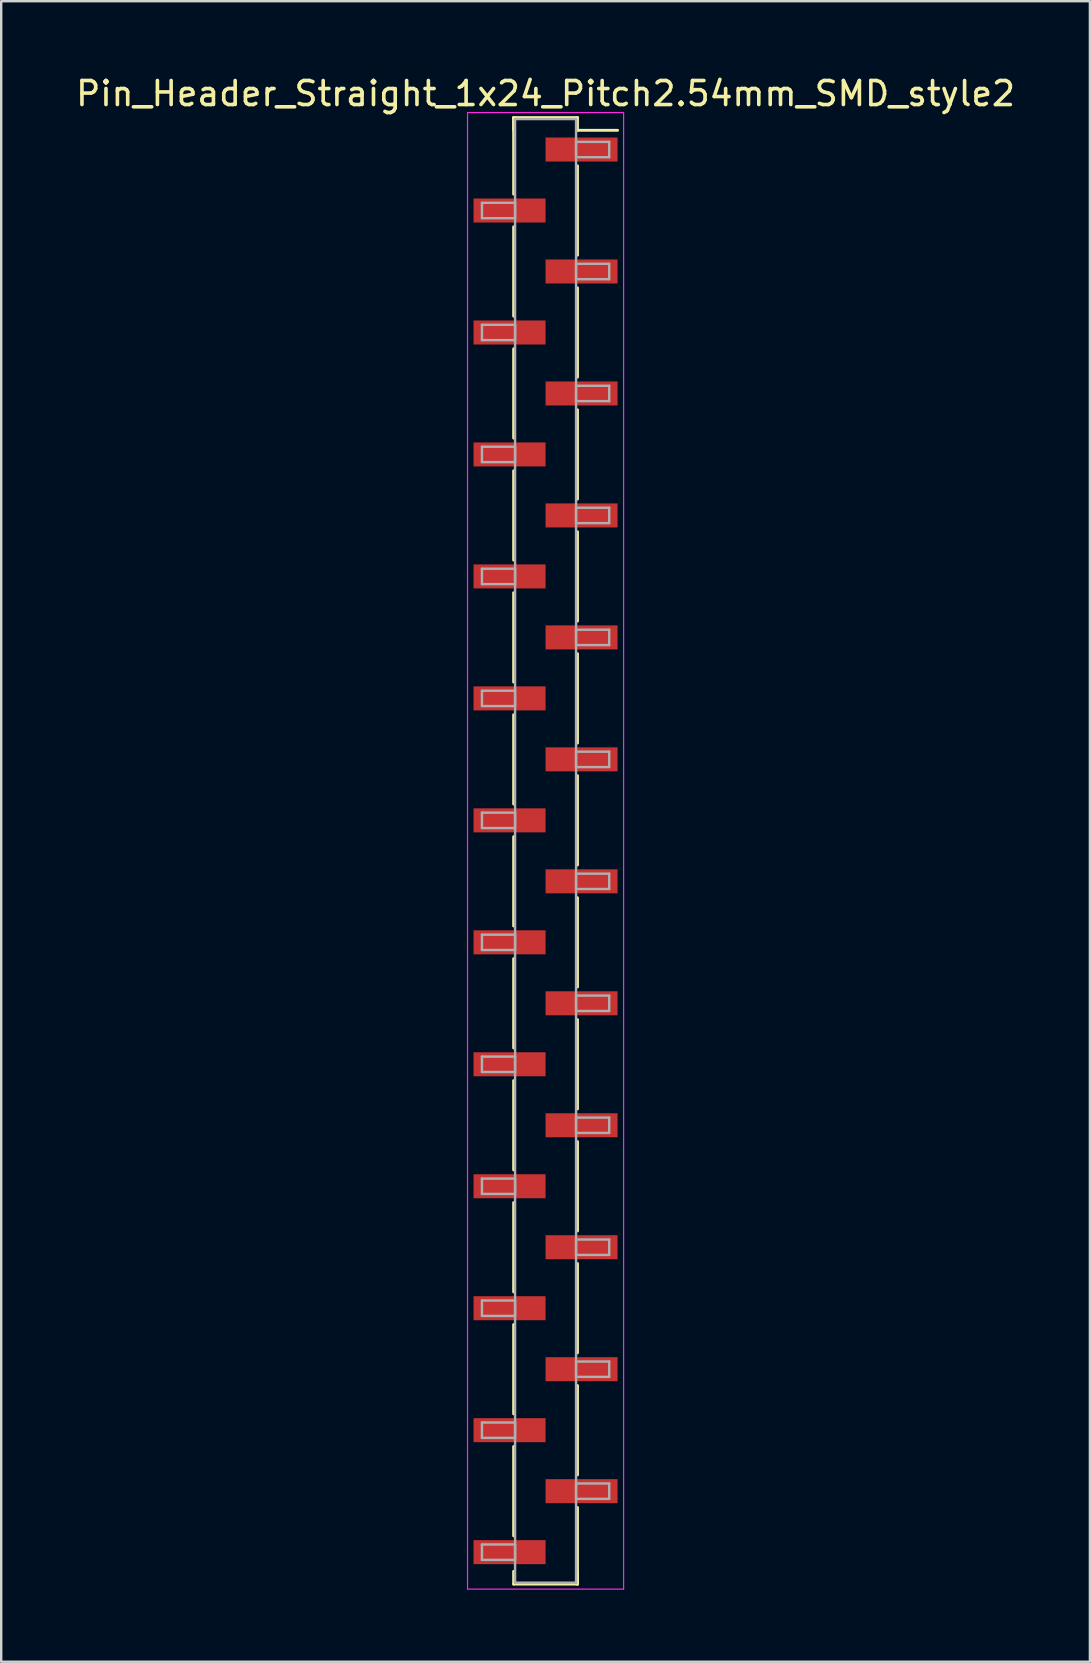
<source format=kicad_pcb>
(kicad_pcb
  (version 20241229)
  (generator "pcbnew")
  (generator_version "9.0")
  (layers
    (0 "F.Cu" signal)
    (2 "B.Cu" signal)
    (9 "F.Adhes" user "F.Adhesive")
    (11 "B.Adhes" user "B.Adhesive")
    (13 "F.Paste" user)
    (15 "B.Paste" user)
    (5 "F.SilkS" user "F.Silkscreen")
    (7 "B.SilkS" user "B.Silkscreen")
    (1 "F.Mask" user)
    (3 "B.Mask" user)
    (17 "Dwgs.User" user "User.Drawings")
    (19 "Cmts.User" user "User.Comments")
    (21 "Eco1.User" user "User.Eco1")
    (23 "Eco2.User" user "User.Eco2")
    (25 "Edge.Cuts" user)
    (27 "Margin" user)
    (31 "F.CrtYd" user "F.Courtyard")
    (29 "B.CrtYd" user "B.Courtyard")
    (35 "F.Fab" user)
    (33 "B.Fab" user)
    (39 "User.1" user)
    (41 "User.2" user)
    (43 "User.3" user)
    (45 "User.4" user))
  (footprint "Pin_Header_Straight_1x24_Pitch2.54mm_SMD_style2"
    (layer "F.Cu")
    (at 19.673 32.388)
    (property "Reference" "Pin_Header_Straight_1x24_Pitch2.54mm_SMD_style2" (at 0 -31.54 0) (layer "F.SilkS") (effects (font (size 1 1) (thickness 0.15))))
    (attr smd)
    (fp_line (start -1.33 -30.54) (end -1.33 -27.35) (stroke (width 0.12) (type solid)) (layer "F.SilkS"))
    (fp_line (start -1.33 -30.54) (end 1.33 -30.54) (stroke (width 0.12) (type solid)) (layer "F.SilkS"))
    (fp_line (start -1.33 -30.01) (end -1.33 -30.54) (stroke (width 0.12) (type solid)) (layer "F.SilkS"))
    (fp_line (start -1.33 -25.99) (end -1.33 -22.27) (stroke (width 0.12) (type solid)) (layer "F.SilkS"))
    (fp_line (start -1.33 -20.91) (end -1.33 -17.19) (stroke (width 0.12) (type solid)) (layer "F.SilkS"))
    (fp_line (start -1.33 -15.83) (end -1.33 -12.11) (stroke (width 0.12) (type solid)) (layer "F.SilkS"))
    (fp_line (start -1.33 -10.75) (end -1.33 -7.03) (stroke (width 0.12) (type solid)) (layer "F.SilkS"))
    (fp_line (start -1.33 -5.67) (end -1.33 -1.95) (stroke (width 0.12) (type solid)) (layer "F.SilkS"))
    (fp_line (start -1.33 -0.59) (end -1.33 3.13) (stroke (width 0.12) (type solid)) (layer "F.SilkS"))
    (fp_line (start -1.33 4.49) (end -1.33 8.21) (stroke (width 0.12) (type solid)) (layer "F.SilkS"))
    (fp_line (start -1.33 9.57) (end -1.33 13.29) (stroke (width 0.12) (type solid)) (layer "F.SilkS"))
    (fp_line (start -1.33 14.65) (end -1.33 18.37) (stroke (width 0.12) (type solid)) (layer "F.SilkS"))
    (fp_line (start -1.33 19.73) (end -1.33 23.45) (stroke (width 0.12) (type solid)) (layer "F.SilkS"))
    (fp_line (start -1.33 24.81) (end -1.33 28.53) (stroke (width 0.12) (type solid)) (layer "F.SilkS"))
    (fp_line (start -1.33 30.01) (end -1.33 30.54) (stroke (width 0.12) (type solid)) (layer "F.SilkS"))
    (fp_line (start -1.33 30.54) (end 1.33 30.54) (stroke (width 0.12) (type solid)) (layer "F.SilkS"))
    (fp_line (start 1.33 -30.54) (end 1.33 -30.01) (stroke (width 0.12) (type solid)) (layer "F.SilkS"))
    (fp_line (start 1.33 -30.01) (end 3 -30.01) (stroke (width 0.12) (type solid)) (layer "F.SilkS"))
    (fp_line (start 1.33 -28.53) (end 1.33 -24.81) (stroke (width 0.12) (type solid)) (layer "F.SilkS"))
    (fp_line (start 1.33 -23.45) (end 1.33 -19.73) (stroke (width 0.12) (type solid)) (layer "F.SilkS"))
    (fp_line (start 1.33 -18.37) (end 1.33 -14.65) (stroke (width 0.12) (type solid)) (layer "F.SilkS"))
    (fp_line (start 1.33 -13.29) (end 1.33 -9.57) (stroke (width 0.12) (type solid)) (layer "F.SilkS"))
    (fp_line (start 1.33 -8.21) (end 1.33 -4.49) (stroke (width 0.12) (type solid)) (layer "F.SilkS"))
    (fp_line (start 1.33 -3.13) (end 1.33 0.59) (stroke (width 0.12) (type solid)) (layer "F.SilkS"))
    (fp_line (start 1.33 1.95) (end 1.33 5.67) (stroke (width 0.12) (type solid)) (layer "F.SilkS"))
    (fp_line (start 1.33 7.03) (end 1.33 10.75) (stroke (width 0.12) (type solid)) (layer "F.SilkS"))
    (fp_line (start 1.33 12.11) (end 1.33 15.83) (stroke (width 0.12) (type solid)) (layer "F.SilkS"))
    (fp_line (start 1.33 17.19) (end 1.33 20.91) (stroke (width 0.12) (type solid)) (layer "F.SilkS"))
    (fp_line (start 1.33 22.27) (end 1.33 25.99) (stroke (width 0.12) (type solid)) (layer "F.SilkS"))
    (fp_line (start 1.33 27.35) (end 1.33 30.54) (stroke (width 0.12) (type solid)) (layer "F.SilkS"))
    (fp_line (start 1.33 30.54) (end 1.33 30.01) (stroke (width 0.12) (type solid)) (layer "F.SilkS"))
    (fp_line (start -3.25 -30.75) (end -3.25 30.75) (stroke (width 0.05) (type solid)) (layer "F.CrtYd"))
    (fp_line (start -3.25 30.75) (end 3.25 30.75) (stroke (width 0.05) (type solid)) (layer "F.CrtYd"))
    (fp_line (start 3.25 -30.75) (end -3.25 -30.75) (stroke (width 0.05) (type solid)) (layer "F.CrtYd"))
    (fp_line (start 3.25 30.75) (end 3.25 -30.75) (stroke (width 0.05) (type solid)) (layer "F.CrtYd"))
    (fp_line (start -2.65 -26.99) (end -1.27 -26.99) (stroke (width 0.1) (type solid)) (layer "F.Fab"))
    (fp_line (start -2.65 -26.35) (end -2.65 -26.99) (stroke (width 0.1) (type solid)) (layer "F.Fab"))
    (fp_line (start -2.65 -21.91) (end -1.27 -21.91) (stroke (width 0.1) (type solid)) (layer "F.Fab"))
    (fp_line (start -2.65 -21.27) (end -2.65 -21.91) (stroke (width 0.1) (type solid)) (layer "F.Fab"))
    (fp_line (start -2.65 -16.83) (end -1.27 -16.83) (stroke (width 0.1) (type solid)) (layer "F.Fab"))
    (fp_line (start -2.65 -16.19) (end -2.65 -16.83) (stroke (width 0.1) (type solid)) (layer "F.Fab"))
    (fp_line (start -2.65 -11.75) (end -1.27 -11.75) (stroke (width 0.1) (type solid)) (layer "F.Fab"))
    (fp_line (start -2.65 -11.11) (end -2.65 -11.75) (stroke (width 0.1) (type solid)) (layer "F.Fab"))
    (fp_line (start -2.65 -6.67) (end -1.27 -6.67) (stroke (width 0.1) (type solid)) (layer "F.Fab"))
    (fp_line (start -2.65 -6.03) (end -2.65 -6.67) (stroke (width 0.1) (type solid)) (layer "F.Fab"))
    (fp_line (start -2.65 -1.59) (end -1.27 -1.59) (stroke (width 0.1) (type solid)) (layer "F.Fab"))
    (fp_line (start -2.65 -0.95) (end -2.65 -1.59) (stroke (width 0.1) (type solid)) (layer "F.Fab"))
    (fp_line (start -2.65 3.49) (end -1.27 3.49) (stroke (width 0.1) (type solid)) (layer "F.Fab"))
    (fp_line (start -2.65 4.13) (end -2.65 3.49) (stroke (width 0.1) (type solid)) (layer "F.Fab"))
    (fp_line (start -2.65 8.57) (end -1.27 8.57) (stroke (width 0.1) (type solid)) (layer "F.Fab"))
    (fp_line (start -2.65 9.21) (end -2.65 8.57) (stroke (width 0.1) (type solid)) (layer "F.Fab"))
    (fp_line (start -2.65 13.65) (end -1.27 13.65) (stroke (width 0.1) (type solid)) (layer "F.Fab"))
    (fp_line (start -2.65 14.29) (end -2.65 13.65) (stroke (width 0.1) (type solid)) (layer "F.Fab"))
    (fp_line (start -2.65 18.73) (end -1.27 18.73) (stroke (width 0.1) (type solid)) (layer "F.Fab"))
    (fp_line (start -2.65 19.37) (end -2.65 18.73) (stroke (width 0.1) (type solid)) (layer "F.Fab"))
    (fp_line (start -2.65 23.81) (end -1.27 23.81) (stroke (width 0.1) (type solid)) (layer "F.Fab"))
    (fp_line (start -2.65 24.45) (end -2.65 23.81) (stroke (width 0.1) (type solid)) (layer "F.Fab"))
    (fp_line (start -2.65 28.89) (end -1.27 28.89) (stroke (width 0.1) (type solid)) (layer "F.Fab"))
    (fp_line (start -2.65 29.53) (end -2.65 28.89) (stroke (width 0.1) (type solid)) (layer "F.Fab"))
    (fp_line (start -1.27 -30.48) (end -1.27 30.48) (stroke (width 0.1) (type solid)) (layer "F.Fab"))
    (fp_line (start -1.27 -26.99) (end -1.27 -26.35) (stroke (width 0.1) (type solid)) (layer "F.Fab"))
    (fp_line (start -1.27 -26.35) (end -2.65 -26.35) (stroke (width 0.1) (type solid)) (layer "F.Fab"))
    (fp_line (start -1.27 -21.91) (end -1.27 -21.27) (stroke (width 0.1) (type solid)) (layer "F.Fab"))
    (fp_line (start -1.27 -21.27) (end -2.65 -21.27) (stroke (width 0.1) (type solid)) (layer "F.Fab"))
    (fp_line (start -1.27 -16.83) (end -1.27 -16.19) (stroke (width 0.1) (type solid)) (layer "F.Fab"))
    (fp_line (start -1.27 -16.19) (end -2.65 -16.19) (stroke (width 0.1) (type solid)) (layer "F.Fab"))
    (fp_line (start -1.27 -11.75) (end -1.27 -11.11) (stroke (width 0.1) (type solid)) (layer "F.Fab"))
    (fp_line (start -1.27 -11.11) (end -2.65 -11.11) (stroke (width 0.1) (type solid)) (layer "F.Fab"))
    (fp_line (start -1.27 -6.67) (end -1.27 -6.03) (stroke (width 0.1) (type solid)) (layer "F.Fab"))
    (fp_line (start -1.27 -6.03) (end -2.65 -6.03) (stroke (width 0.1) (type solid)) (layer "F.Fab"))
    (fp_line (start -1.27 -1.59) (end -1.27 -0.95) (stroke (width 0.1) (type solid)) (layer "F.Fab"))
    (fp_line (start -1.27 -0.95) (end -2.65 -0.95) (stroke (width 0.1) (type solid)) (layer "F.Fab"))
    (fp_line (start -1.27 3.49) (end -1.27 4.13) (stroke (width 0.1) (type solid)) (layer "F.Fab"))
    (fp_line (start -1.27 4.13) (end -2.65 4.13) (stroke (width 0.1) (type solid)) (layer "F.Fab"))
    (fp_line (start -1.27 8.57) (end -1.27 9.21) (stroke (width 0.1) (type solid)) (layer "F.Fab"))
    (fp_line (start -1.27 9.21) (end -2.65 9.21) (stroke (width 0.1) (type solid)) (layer "F.Fab"))
    (fp_line (start -1.27 13.65) (end -1.27 14.29) (stroke (width 0.1) (type solid)) (layer "F.Fab"))
    (fp_line (start -1.27 14.29) (end -2.65 14.29) (stroke (width 0.1) (type solid)) (layer "F.Fab"))
    (fp_line (start -1.27 18.73) (end -1.27 19.37) (stroke (width 0.1) (type solid)) (layer "F.Fab"))
    (fp_line (start -1.27 19.37) (end -2.65 19.37) (stroke (width 0.1) (type solid)) (layer "F.Fab"))
    (fp_line (start -1.27 23.81) (end -1.27 24.45) (stroke (width 0.1) (type solid)) (layer "F.Fab"))
    (fp_line (start -1.27 24.45) (end -2.65 24.45) (stroke (width 0.1) (type solid)) (layer "F.Fab"))
    (fp_line (start -1.27 28.89) (end -1.27 29.53) (stroke (width 0.1) (type solid)) (layer "F.Fab"))
    (fp_line (start -1.27 29.53) (end -2.65 29.53) (stroke (width 0.1) (type solid)) (layer "F.Fab"))
    (fp_line (start -1.27 30.48) (end 1.27 30.48) (stroke (width 0.1) (type solid)) (layer "F.Fab"))
    (fp_line (start 1.27 -30.48) (end -1.27 -30.48) (stroke (width 0.1) (type solid)) (layer "F.Fab"))
    (fp_line (start 1.27 -29.53) (end 1.27 -28.89) (stroke (width 0.1) (type solid)) (layer "F.Fab"))
    (fp_line (start 1.27 -28.89) (end 2.65 -28.89) (stroke (width 0.1) (type solid)) (layer "F.Fab"))
    (fp_line (start 1.27 -24.45) (end 1.27 -23.81) (stroke (width 0.1) (type solid)) (layer "F.Fab"))
    (fp_line (start 1.27 -23.81) (end 2.65 -23.81) (stroke (width 0.1) (type solid)) (layer "F.Fab"))
    (fp_line (start 1.27 -19.37) (end 1.27 -18.73) (stroke (width 0.1) (type solid)) (layer "F.Fab"))
    (fp_line (start 1.27 -18.73) (end 2.65 -18.73) (stroke (width 0.1) (type solid)) (layer "F.Fab"))
    (fp_line (start 1.27 -14.29) (end 1.27 -13.65) (stroke (width 0.1) (type solid)) (layer "F.Fab"))
    (fp_line (start 1.27 -13.65) (end 2.65 -13.65) (stroke (width 0.1) (type solid)) (layer "F.Fab"))
    (fp_line (start 1.27 -9.21) (end 1.27 -8.57) (stroke (width 0.1) (type solid)) (layer "F.Fab"))
    (fp_line (start 1.27 -8.57) (end 2.65 -8.57) (stroke (width 0.1) (type solid)) (layer "F.Fab"))
    (fp_line (start 1.27 -4.13) (end 1.27 -3.49) (stroke (width 0.1) (type solid)) (layer "F.Fab"))
    (fp_line (start 1.27 -3.49) (end 2.65 -3.49) (stroke (width 0.1) (type solid)) (layer "F.Fab"))
    (fp_line (start 1.27 0.95) (end 1.27 1.59) (stroke (width 0.1) (type solid)) (layer "F.Fab"))
    (fp_line (start 1.27 1.59) (end 2.65 1.59) (stroke (width 0.1) (type solid)) (layer "F.Fab"))
    (fp_line (start 1.27 6.03) (end 1.27 6.67) (stroke (width 0.1) (type solid)) (layer "F.Fab"))
    (fp_line (start 1.27 6.67) (end 2.65 6.67) (stroke (width 0.1) (type solid)) (layer "F.Fab"))
    (fp_line (start 1.27 11.11) (end 1.27 11.75) (stroke (width 0.1) (type solid)) (layer "F.Fab"))
    (fp_line (start 1.27 11.75) (end 2.65 11.75) (stroke (width 0.1) (type solid)) (layer "F.Fab"))
    (fp_line (start 1.27 16.19) (end 1.27 16.83) (stroke (width 0.1) (type solid)) (layer "F.Fab"))
    (fp_line (start 1.27 16.83) (end 2.65 16.83) (stroke (width 0.1) (type solid)) (layer "F.Fab"))
    (fp_line (start 1.27 21.27) (end 1.27 21.91) (stroke (width 0.1) (type solid)) (layer "F.Fab"))
    (fp_line (start 1.27 21.91) (end 2.65 21.91) (stroke (width 0.1) (type solid)) (layer "F.Fab"))
    (fp_line (start 1.27 26.35) (end 1.27 26.99) (stroke (width 0.1) (type solid)) (layer "F.Fab"))
    (fp_line (start 1.27 26.99) (end 2.65 26.99) (stroke (width 0.1) (type solid)) (layer "F.Fab"))
    (fp_line (start 1.27 30.48) (end 1.27 -30.48) (stroke (width 0.1) (type solid)) (layer "F.Fab"))
    (fp_line (start 2.65 -29.53) (end 1.27 -29.53) (stroke (width 0.1) (type solid)) (layer "F.Fab"))
    (fp_line (start 2.65 -28.89) (end 2.65 -29.53) (stroke (width 0.1) (type solid)) (layer "F.Fab"))
    (fp_line (start 2.65 -24.45) (end 1.27 -24.45) (stroke (width 0.1) (type solid)) (layer "F.Fab"))
    (fp_line (start 2.65 -23.81) (end 2.65 -24.45) (stroke (width 0.1) (type solid)) (layer "F.Fab"))
    (fp_line (start 2.65 -19.37) (end 1.27 -19.37) (stroke (width 0.1) (type solid)) (layer "F.Fab"))
    (fp_line (start 2.65 -18.73) (end 2.65 -19.37) (stroke (width 0.1) (type solid)) (layer "F.Fab"))
    (fp_line (start 2.65 -14.29) (end 1.27 -14.29) (stroke (width 0.1) (type solid)) (layer "F.Fab"))
    (fp_line (start 2.65 -13.65) (end 2.65 -14.29) (stroke (width 0.1) (type solid)) (layer "F.Fab"))
    (fp_line (start 2.65 -9.21) (end 1.27 -9.21) (stroke (width 0.1) (type solid)) (layer "F.Fab"))
    (fp_line (start 2.65 -8.57) (end 2.65 -9.21) (stroke (width 0.1) (type solid)) (layer "F.Fab"))
    (fp_line (start 2.65 -4.13) (end 1.27 -4.13) (stroke (width 0.1) (type solid)) (layer "F.Fab"))
    (fp_line (start 2.65 -3.49) (end 2.65 -4.13) (stroke (width 0.1) (type solid)) (layer "F.Fab"))
    (fp_line (start 2.65 0.95) (end 1.27 0.95) (stroke (width 0.1) (type solid)) (layer "F.Fab"))
    (fp_line (start 2.65 1.59) (end 2.65 0.95) (stroke (width 0.1) (type solid)) (layer "F.Fab"))
    (fp_line (start 2.65 6.03) (end 1.27 6.03) (stroke (width 0.1) (type solid)) (layer "F.Fab"))
    (fp_line (start 2.65 6.67) (end 2.65 6.03) (stroke (width 0.1) (type solid)) (layer "F.Fab"))
    (fp_line (start 2.65 11.11) (end 1.27 11.11) (stroke (width 0.1) (type solid)) (layer "F.Fab"))
    (fp_line (start 2.65 11.75) (end 2.65 11.11) (stroke (width 0.1) (type solid)) (layer "F.Fab"))
    (fp_line (start 2.65 16.19) (end 1.27 16.19) (stroke (width 0.1) (type solid)) (layer "F.Fab"))
    (fp_line (start 2.65 16.83) (end 2.65 16.19) (stroke (width 0.1) (type solid)) (layer "F.Fab"))
    (fp_line (start 2.65 21.27) (end 1.27 21.27) (stroke (width 0.1) (type solid)) (layer "F.Fab"))
    (fp_line (start 2.65 21.91) (end 2.65 21.27) (stroke (width 0.1) (type solid)) (layer "F.Fab"))
    (fp_line (start 2.65 26.35) (end 1.27 26.35) (stroke (width 0.1) (type solid)) (layer "F.Fab"))
    (fp_line (start 2.65 26.99) (end 2.65 26.35) (stroke (width 0.1) (type solid)) (layer "F.Fab"))
    (pad "1" smd rect (at 1.5 -29.21) (size 3 1) (layers "F.Cu" "F.Mask"))
    (pad "2" smd rect (at -1.5 -26.67) (size 3 1) (layers "F.Cu" "F.Mask"))
    (pad "3" smd rect (at 1.5 -24.13) (size 3 1) (layers "F.Cu" "F.Mask"))
    (pad "4" smd rect (at -1.5 -21.59) (size 3 1) (layers "F.Cu" "F.Mask"))
    (pad "5" smd rect (at 1.5 -19.05) (size 3 1) (layers "F.Cu" "F.Mask"))
    (pad "6" smd rect (at -1.5 -16.51) (size 3 1) (layers "F.Cu" "F.Mask"))
    (pad "7" smd rect (at 1.5 -13.97) (size 3 1) (layers "F.Cu" "F.Mask"))
    (pad "8" smd rect (at -1.5 -11.43) (size 3 1) (layers "F.Cu" "F.Mask"))
    (pad "9" smd rect (at 1.5 -8.89) (size 3 1) (layers "F.Cu" "F.Mask"))
    (pad "10" smd rect (at -1.5 -6.35) (size 3 1) (layers "F.Cu" "F.Mask"))
    (pad "11" smd rect (at 1.5 -3.81) (size 3 1) (layers "F.Cu" "F.Mask"))
    (pad "12" smd rect (at -1.5 -1.27) (size 3 1) (layers "F.Cu" "F.Mask"))
    (pad "13" smd rect (at 1.5 1.27) (size 3 1) (layers "F.Cu" "F.Mask"))
    (pad "14" smd rect (at -1.5 3.81) (size 3 1) (layers "F.Cu" "F.Mask"))
    (pad "15" smd rect (at 1.5 6.35) (size 3 1) (layers "F.Cu" "F.Mask"))
    (pad "16" smd rect (at -1.5 8.89) (size 3 1) (layers "F.Cu" "F.Mask"))
    (pad "17" smd rect (at 1.5 11.43) (size 3 1) (layers "F.Cu" "F.Mask"))
    (pad "18" smd rect (at -1.5 13.97) (size 3 1) (layers "F.Cu" "F.Mask"))
    (pad "19" smd rect (at 1.5 16.51) (size 3 1) (layers "F.Cu" "F.Mask"))
    (pad "20" smd rect (at -1.5 19.05) (size 3 1) (layers "F.Cu" "F.Mask"))
    (pad "21" smd rect (at 1.5 21.59) (size 3 1) (layers "F.Cu" "F.Mask"))
    (pad "22" smd rect (at -1.5 24.13) (size 3 1) (layers "F.Cu" "F.Mask"))
    (pad "23" smd rect (at 1.5 26.67) (size 3 1) (layers "F.Cu" "F.Mask"))
    (pad "24" smd rect (at -1.5 29.21) (size 3 1) (layers "F.Cu" "F.Mask")))
  (gr_rect
    (start -3 -3)
    (end 42.345 66.163)
    (stroke (width 0.1) (type default))
    (fill no)
    (layer "Edge.Cuts")))
</source>
